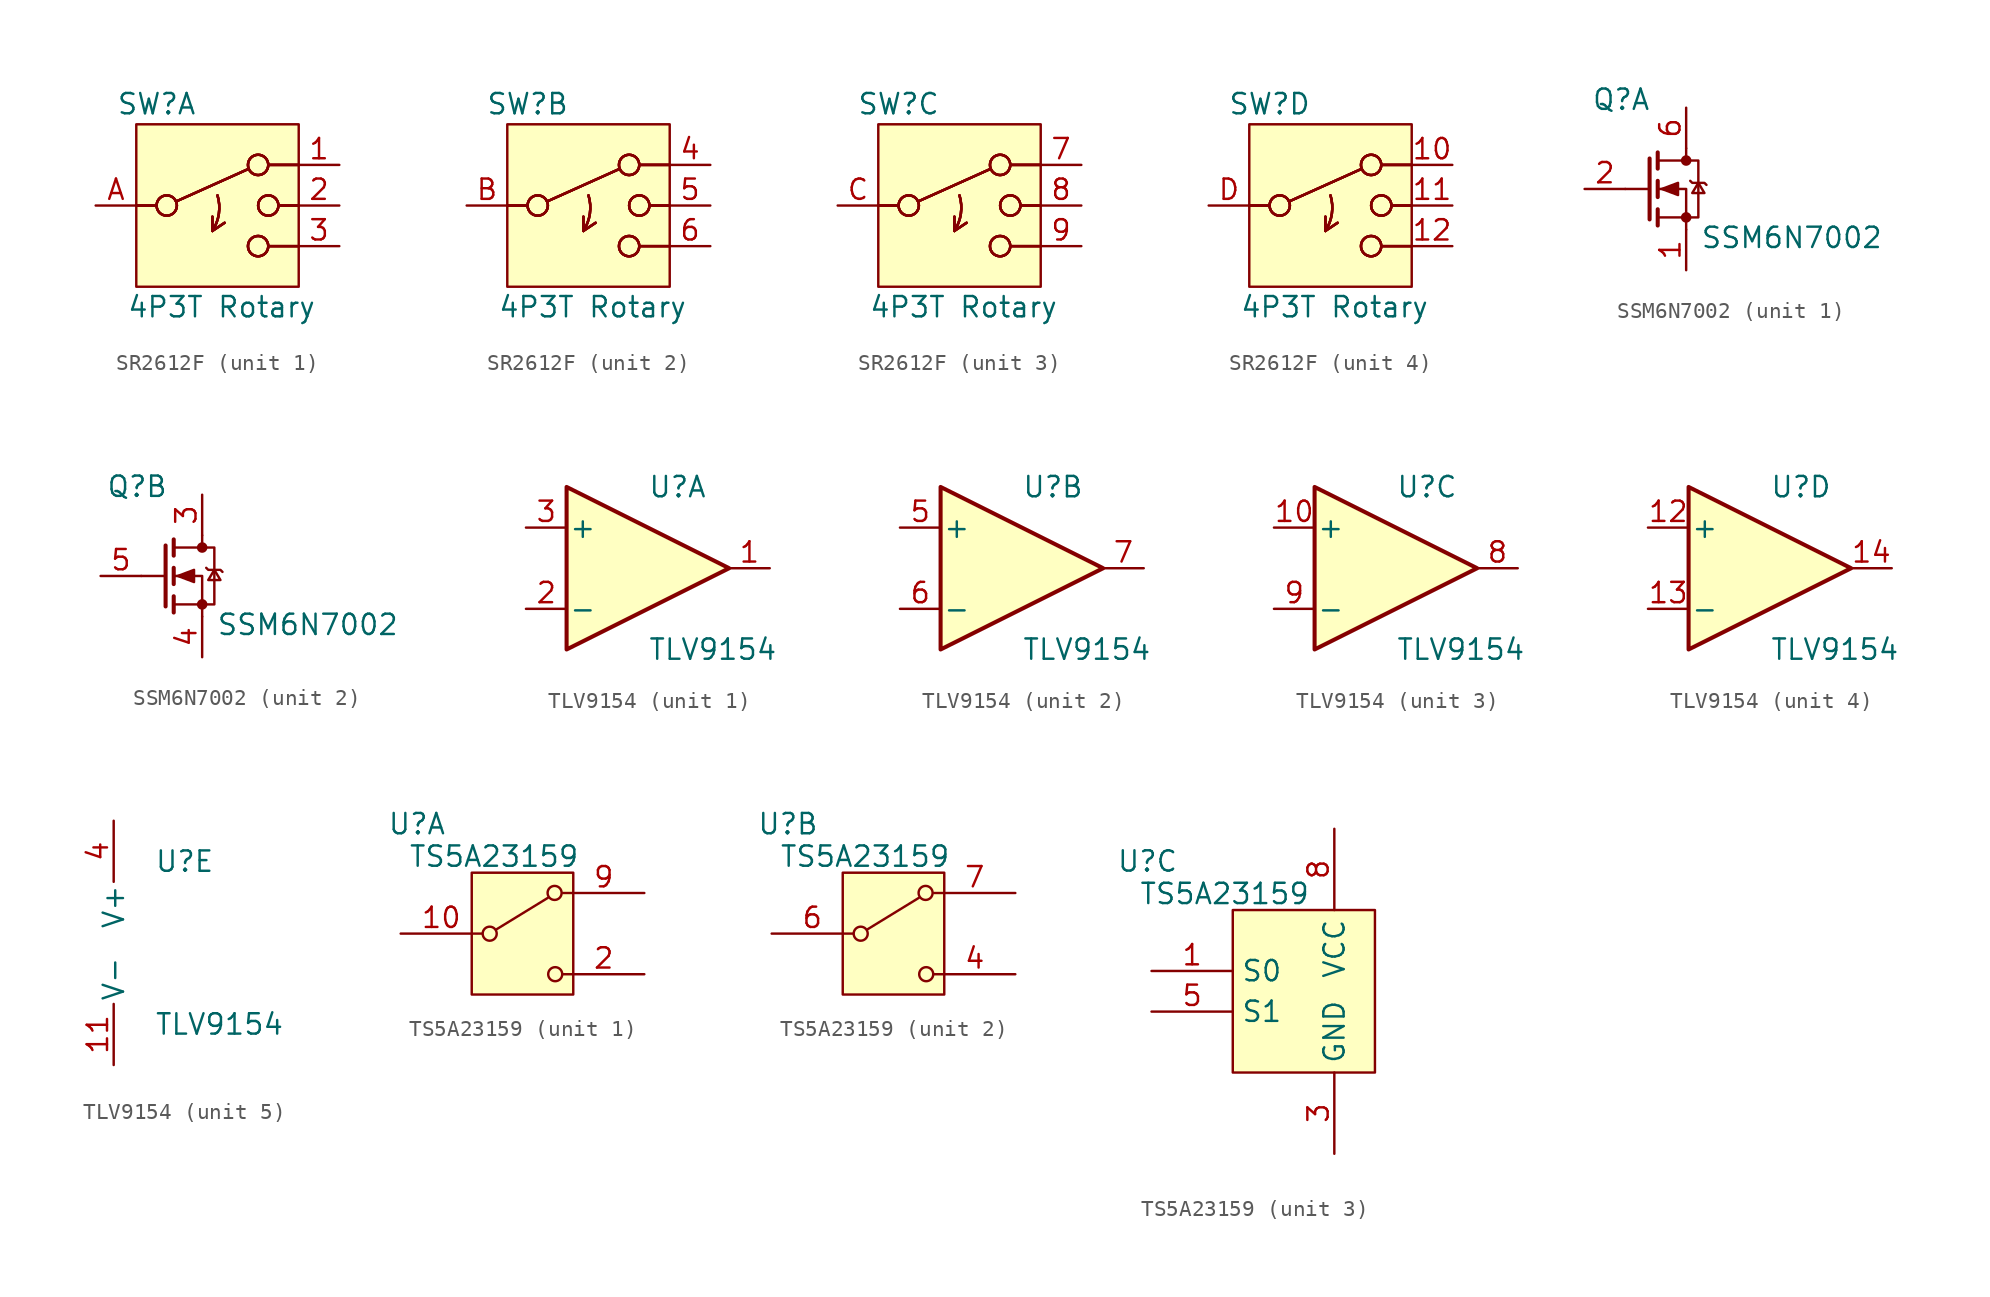
<source format=kicad_sym>
(kicad_symbol_lib
  (version 20231120)
  (generator "kicad_symbol_editor")
  (generator_version "8.0")
  (symbol "SR2612F"
    (property "Reference" "SW"
      (at -3.81 1.27 0)
      (effects (font (size 1.27 1.27))))
    (property "Value" "4P3T Rotary"
      (at 0.254 -11.43 0)
      (effects (font (size 1.27 1.27))))
    (property "ki_locked" ""
      (at 0 0 0)
      (effects (font (size 1.27 1.27))))
    (symbol "SR2612F_0_1"
      (circle (center -3.175 -5.08) (radius 0.635) (stroke (width 0) (type default)) (fill (type none)))
      (circle (center -3.175 -5.08) (radius 0.635) (stroke (width 0) (type default)) (fill (type none)))
      (circle (center -3.175 -5.08) (radius 0.635) (stroke (width 0) (type default)) (fill (type none)))
      (circle (center -3.175 -5.08) (radius 0.635) (stroke (width 0) (type default)) (fill (type none)))
      (arc (start -0.3176 -6.6675) (mid 0.0861 -5.5912) (end 0 -4.445) (stroke (width 0) (type default)) (fill (type none)))
      (arc (start -0.3176 -6.6675) (mid 0.0861 -5.5912) (end 0 -4.445) (stroke (width 0) (type default)) (fill (type none)))
      (arc (start -0.3176 -6.6675) (mid 0.0861 -5.5912) (end 0 -4.445) (stroke (width 0) (type default)) (fill (type none)))
      (arc (start -0.3176 -6.6675) (mid 0.0861 -5.5912) (end 0 -4.445) (stroke (width 0) (type default)) (fill (type none)))
      (polyline (pts (xy -5.08 -5.08) (xy -3.81 -5.08)) (stroke (width 0) (type default)) (fill (type none)))
      (polyline (pts (xy -5.08 -5.08) (xy -3.81 -5.08)) (stroke (width 0) (type default)) (fill (type none)))
      (polyline (pts (xy -5.08 -5.08) (xy -3.81 -5.08)) (stroke (width 0) (type default)) (fill (type none)))
      (polyline (pts (xy -5.08 -5.08) (xy -3.81 -5.08)) (stroke (width 0) (type default)) (fill (type none)))
      (polyline (pts (xy -2.591 -4.826) (xy 1.93 -2.794)) (stroke (width 0) (type default)) (fill (type none)))
      (polyline (pts (xy -2.591 -4.826) (xy 1.93 -2.794)) (stroke (width 0) (type default)) (fill (type none)))
      (polyline (pts (xy -2.591 -4.826) (xy 1.93 -2.794)) (stroke (width 0) (type default)) (fill (type none)))
      (polyline (pts (xy -2.591 -4.826) (xy 1.93 -2.794)) (stroke (width 0) (type default)) (fill (type none)))
      (polyline (pts (xy -0.318 -6.668) (xy -0.318 -6.668)) (stroke (width 0) (type default)) (fill (type none)))
      (polyline (pts (xy -0.318 -6.668) (xy -0.318 -6.668)) (stroke (width 0) (type default)) (fill (type none)))
      (polyline (pts (xy -0.318 -6.668) (xy -0.318 -6.668)) (stroke (width 0) (type default)) (fill (type none)))
      (polyline (pts (xy -0.318 -6.668) (xy -0.318 -6.668)) (stroke (width 0) (type default)) (fill (type none)))
      (polyline (pts (xy -0.318 -6.668) (xy -0.318 -5.779)) (stroke (width 0) (type default)) (fill (type none)))
      (polyline (pts (xy -0.318 -6.668) (xy -0.318 -5.779)) (stroke (width 0) (type default)) (fill (type none)))
      (polyline (pts (xy -0.318 -6.668) (xy -0.318 -5.779)) (stroke (width 0) (type default)) (fill (type none)))
      (polyline (pts (xy -0.318 -6.668) (xy -0.318 -5.779)) (stroke (width 0) (type default)) (fill (type none)))
      (polyline (pts (xy -0.318 -6.668) (xy 0.444 -6.16)) (stroke (width 0) (type default)) (fill (type none)))
      (polyline (pts (xy -0.318 -6.668) (xy 0.444 -6.16)) (stroke (width 0) (type default)) (fill (type none)))
      (polyline (pts (xy -0.318 -6.668) (xy 0.444 -6.16)) (stroke (width 0) (type default)) (fill (type none)))
      (polyline (pts (xy -0.318 -6.668) (xy 0.444 -6.16)) (stroke (width 0) (type default)) (fill (type none)))
      (polyline (pts (xy 5.08 -7.62) (xy 3.175 -7.62)) (stroke (width 0) (type default)) (fill (type none)))
      (polyline (pts (xy 5.08 -7.62) (xy 3.175 -7.62)) (stroke (width 0) (type default)) (fill (type none)))
      (polyline (pts (xy 5.08 -7.62) (xy 3.175 -7.62)) (stroke (width 0) (type default)) (fill (type none)))
      (polyline (pts (xy 5.08 -7.62) (xy 3.175 -7.62)) (stroke (width 0) (type default)) (fill (type none)))
      (polyline (pts (xy 5.08 -5.08) (xy 3.81 -5.08)) (stroke (width 0) (type default)) (fill (type none)))
      (polyline (pts (xy 5.08 -5.08) (xy 3.81 -5.08)) (stroke (width 0) (type default)) (fill (type none)))
      (polyline (pts (xy 5.08 -5.08) (xy 3.81 -5.08)) (stroke (width 0) (type default)) (fill (type none)))
      (polyline (pts (xy 5.08 -5.08) (xy 3.81 -5.08)) (stroke (width 0) (type default)) (fill (type none)))
      (polyline (pts (xy 5.08 -2.54) (xy 3.175 -2.54)) (stroke (width 0) (type default)) (fill (type none)))
      (polyline (pts (xy 5.08 -2.54) (xy 3.175 -2.54)) (stroke (width 0) (type default)) (fill (type none)))
      (polyline (pts (xy 5.08 -2.54) (xy 3.175 -2.54)) (stroke (width 0) (type default)) (fill (type none)))
      (polyline (pts (xy 5.08 -2.54) (xy 3.175 -2.54)) (stroke (width 0) (type default)) (fill (type none)))
      (circle (center 2.54 -7.62) (radius 0.635) (stroke (width 0) (type default)) (fill (type none)))
      (circle (center 2.54 -7.62) (radius 0.635) (stroke (width 0) (type default)) (fill (type none)))
      (circle (center 2.54 -7.62) (radius 0.635) (stroke (width 0) (type default)) (fill (type none)))
      (circle (center 2.54 -7.62) (radius 0.635) (stroke (width 0) (type default)) (fill (type none)))
      (circle (center 2.54 -2.54) (radius 0.635) (stroke (width 0) (type default)) (fill (type none)))
      (circle (center 2.54 -2.54) (radius 0.635) (stroke (width 0) (type default)) (fill (type none)))
      (circle (center 2.54 -2.54) (radius 0.635) (stroke (width 0) (type default)) (fill (type none)))
      (circle (center 2.54 -2.54) (radius 0.635) (stroke (width 0) (type default)) (fill (type none)))
      (circle (center 3.175 -5.08) (radius 0.635) (stroke (width 0) (type default)) (fill (type none)))
      (circle (center 3.175 -5.08) (radius 0.635) (stroke (width 0) (type default)) (fill (type none)))
      (circle (center 3.175 -5.08) (radius 0.635) (stroke (width 0) (type default)) (fill (type none)))
      (circle (center 3.175 -5.08) (radius 0.635) (stroke (width 0) (type default)) (fill (type none))))
    (symbol "SR2612F_1_1"
      (rectangle (start -5.08 0) (end 5.08 -10.16) (stroke (width 0) (type default)) (fill (type background)))
      (pin passive line (at 7.62 -2.54 180) (length 2.54) (name "" (effects (font (size 1.27 1.27)))) (number "1" (effects (font (size 1.27 1.27)))))
      (pin passive line (at 7.62 -5.08 180) (length 2.54) (name "" (effects (font (size 1.27 1.27)))) (number "2" (effects (font (size 1.27 1.27)))))
      (pin passive line (at 7.62 -7.62 180) (length 2.54) (name "" (effects (font (size 1.27 1.27)))) (number "3" (effects (font (size 1.27 1.27)))))
      (pin passive line (at -7.62 -5.08 0) (length 2.54) (name "" (effects (font (size 1.27 1.27)))) (number "A" (effects (font (size 1.27 1.27))))))
    (symbol "SR2612F_2_1"
      (rectangle (start -5.08 0) (end 5.08 -10.16) (stroke (width 0) (type default)) (fill (type background)))
      (pin passive line (at 7.62 -2.54 180) (length 2.54) (name "" (effects (font (size 1.27 1.27)))) (number "4" (effects (font (size 1.27 1.27)))))
      (pin passive line (at 7.62 -5.08 180) (length 2.54) (name "" (effects (font (size 1.27 1.27)))) (number "5" (effects (font (size 1.27 1.27)))))
      (pin passive line (at 7.62 -7.62 180) (length 2.54) (name "" (effects (font (size 1.27 1.27)))) (number "6" (effects (font (size 1.27 1.27)))))
      (pin passive line (at -7.62 -5.08 0) (length 2.54) (name "" (effects (font (size 1.27 1.27)))) (number "B" (effects (font (size 1.27 1.27))))))
    (symbol "SR2612F_3_1"
      (rectangle (start -5.08 0) (end 5.08 -10.16) (stroke (width 0) (type default)) (fill (type background)))
      (pin passive line (at 7.62 -2.54 180) (length 2.54) (name "" (effects (font (size 1.27 1.27)))) (number "7" (effects (font (size 1.27 1.27)))))
      (pin passive line (at 7.62 -5.08 180) (length 2.54) (name "" (effects (font (size 1.27 1.27)))) (number "8" (effects (font (size 1.27 1.27)))))
      (pin passive line (at 7.62 -7.62 180) (length 2.54) (name "" (effects (font (size 1.27 1.27)))) (number "9" (effects (font (size 1.27 1.27)))))
      (pin passive line (at -7.62 -5.08 0) (length 2.54) (name "" (effects (font (size 1.27 1.27)))) (number "C" (effects (font (size 1.27 1.27))))))
    (symbol "SR2612F_4_1"
      (rectangle (start -5.08 0) (end 5.08 -10.16) (stroke (width 0) (type default)) (fill (type background)))
      (pin passive line (at 7.62 -2.54 180) (length 2.54) (name "" (effects (font (size 1.27 1.27)))) (number "10" (effects (font (size 1.27 1.27)))))
      (pin passive line (at 7.62 -5.08 180) (length 2.54) (name "" (effects (font (size 1.27 1.27)))) (number "11" (effects (font (size 1.27 1.27)))))
      (pin passive line (at 7.62 -7.62 180) (length 2.54) (name "" (effects (font (size 1.27 1.27)))) (number "12" (effects (font (size 1.27 1.27)))))
      (pin passive line (at -7.62 -5.08 0) (length 2.54) (name "" (effects (font (size 1.27 1.27)))) (number "D" (effects (font (size 1.27 1.27)))))))
  (symbol "SSM6N7002"
    (property "Reference" "Q"
      (at -4.064 5.588 0)
      (effects (font (size 1.27 1.27))))
    (property "Value" "SSM6N7002"
      (at 6.604 -3.048 0)
      (effects (font (size 1.27 1.27))))
    (symbol "SSM6N7002_0_1"
      (circle (center 0 -1.778) (radius 0.254) (stroke (width 0) (type default)) (fill (type outline)))
      (polyline (pts (xy -2.286 0) (xy -3.81 0)) (stroke (width 0) (type default)) (fill (type none)))
      (polyline (pts (xy -2.286 1.905) (xy -2.286 -1.905)) (stroke (width 0.254) (type default)) (fill (type none)))
      (polyline (pts (xy -1.778 -1.27) (xy -1.778 -2.286)) (stroke (width 0.254) (type default)) (fill (type none)))
      (polyline (pts (xy -1.778 0.508) (xy -1.778 -0.508)) (stroke (width 0.254) (type default)) (fill (type none)))
      (polyline (pts (xy -1.778 2.286) (xy -1.778 1.27)) (stroke (width 0.254) (type default)) (fill (type none)))
      (polyline (pts (xy 0 2.54) (xy 0 1.778)) (stroke (width 0) (type default)) (fill (type none)))
      (polyline (pts (xy 0 -2.54) (xy 0 0) (xy -1.778 0)) (stroke (width 0) (type default)) (fill (type none)))
      (polyline (pts (xy -1.778 -1.778) (xy 0.762 -1.778) (xy 0.762 1.778) (xy -1.778 1.778)) (stroke (width 0) (type default)) (fill (type none)))
      (polyline (pts (xy -1.524 0) (xy -0.508 0.381) (xy -0.508 -0.381) (xy -1.524 0)) (stroke (width 0) (type default)) (fill (type outline)))
      (polyline (pts (xy 0.254 0.508) (xy 0.381 0.381) (xy 1.143 0.381) (xy 1.27 0.254)) (stroke (width 0) (type default)) (fill (type none)))
      (polyline (pts (xy 0.762 0.381) (xy 0.381 -0.254) (xy 1.143 -0.254) (xy 0.762 0.381)) (stroke (width 0) (type default)) (fill (type none)))
      (circle (center 0 1.778) (radius 0.254) (stroke (width 0) (type default)) (fill (type outline))))
    (symbol "SSM6N7002_1_1"
      (pin passive line (at 0 -5.08 90) (length 2.54) (name "S" (effects (font (size 0 0)))) (number "1" (effects (font (size 1.27 1.27)))))
      (pin input line (at -6.35 0 0) (length 2.54) (name "G" (effects (font (size 0 0)))) (number "2" (effects (font (size 1.27 1.27)))))
      (pin passive line (at 0 5.08 270) (length 2.54) (name "D" (effects (font (size 0 0)))) (number "6" (effects (font (size 1.27 1.27))))))
    (symbol "SSM6N7002_2_1"
      (pin passive line (at 0 5.08 270) (length 2.54) (name "D" (effects (font (size 0 0)))) (number "3" (effects (font (size 1.27 1.27)))))
      (pin passive line (at 0 -5.08 90) (length 2.54) (name "S" (effects (font (size 0 0)))) (number "4" (effects (font (size 1.27 1.27)))))
      (pin input line (at -6.35 0 0) (length 2.54) (name "G" (effects (font (size 0 0)))) (number "5" (effects (font (size 1.27 1.27)))))))
  (symbol "TLV9154"
    (pin_names
      (offset 0.127))
    (property "Reference" "U"
      (at 0 5.08 0)
      (effects (font (size 1.27 1.27)) (justify left)))
    (property "Value" "TLV9154"
      (at 0 -5.08 0)
      (effects (font (size 1.27 1.27)) (justify left)))
    (property "ki_locked" ""
      (at 0 0 0)
      (effects (font (size 1.27 1.27))))
    (symbol "TLV9154_1_1"
      (polyline (pts (xy -5.08 5.08) (xy 5.08 0) (xy -5.08 -5.08) (xy -5.08 5.08)) (stroke (width 0.254) (type default)) (fill (type background)))
      (pin output line (at 7.62 0 180) (length 2.54) (name "~" (effects (font (size 1.27 1.27)))) (number "1" (effects (font (size 1.27 1.27)))))
      (pin input line (at -7.62 -2.54 0) (length 2.54) (name "-" (effects (font (size 1.27 1.27)))) (number "2" (effects (font (size 1.27 1.27)))))
      (pin input line (at -7.62 2.54 0) (length 2.54) (name "+" (effects (font (size 1.27 1.27)))) (number "3" (effects (font (size 1.27 1.27))))))
    (symbol "TLV9154_2_1"
      (polyline (pts (xy -5.08 5.08) (xy 5.08 0) (xy -5.08 -5.08) (xy -5.08 5.08)) (stroke (width 0.254) (type default)) (fill (type background)))
      (pin input line (at -7.62 2.54 0) (length 2.54) (name "+" (effects (font (size 1.27 1.27)))) (number "5" (effects (font (size 1.27 1.27)))))
      (pin input line (at -7.62 -2.54 0) (length 2.54) (name "-" (effects (font (size 1.27 1.27)))) (number "6" (effects (font (size 1.27 1.27)))))
      (pin output line (at 7.62 0 180) (length 2.54) (name "~" (effects (font (size 1.27 1.27)))) (number "7" (effects (font (size 1.27 1.27))))))
    (symbol "TLV9154_3_1"
      (polyline (pts (xy -5.08 5.08) (xy 5.08 0) (xy -5.08 -5.08) (xy -5.08 5.08)) (stroke (width 0.254) (type default)) (fill (type background)))
      (pin input line (at -7.62 2.54 0) (length 2.54) (name "+" (effects (font (size 1.27 1.27)))) (number "10" (effects (font (size 1.27 1.27)))))
      (pin output line (at 7.62 0 180) (length 2.54) (name "~" (effects (font (size 1.27 1.27)))) (number "8" (effects (font (size 1.27 1.27)))))
      (pin input line (at -7.62 -2.54 0) (length 2.54) (name "-" (effects (font (size 1.27 1.27)))) (number "9" (effects (font (size 1.27 1.27))))))
    (symbol "TLV9154_4_1"
      (polyline (pts (xy -5.08 5.08) (xy 5.08 0) (xy -5.08 -5.08) (xy -5.08 5.08)) (stroke (width 0.254) (type default)) (fill (type background)))
      (pin input line (at -7.62 2.54 0) (length 2.54) (name "+" (effects (font (size 1.27 1.27)))) (number "12" (effects (font (size 1.27 1.27)))))
      (pin input line (at -7.62 -2.54 0) (length 2.54) (name "-" (effects (font (size 1.27 1.27)))) (number "13" (effects (font (size 1.27 1.27)))))
      (pin output line (at 7.62 0 180) (length 2.54) (name "~" (effects (font (size 1.27 1.27)))) (number "14" (effects (font (size 1.27 1.27))))))
    (symbol "TLV9154_5_1"
      (pin power_in line (at -2.54 -7.62 90) (length 3.81) (name "V-" (effects (font (size 1.27 1.27)))) (number "11" (effects (font (size 1.27 1.27)))))
      (pin power_in line (at -2.54 7.62 270) (length 3.81) (name "V+" (effects (font (size 1.27 1.27)))) (number "4" (effects (font (size 1.27 1.27)))))))
  (symbol "TS5A23159"
    (property "Reference" "U"
      (at -4.064 6.858 0)
      (effects (font (size 1.27 1.27))))
    (property "Value" "TS5A23159"
      (at 0.762 4.826 0)
      (effects (font (size 1.27 1.27))))
    (property "ki_locked" ""
      (at 0 0 0)
      (effects (font (size 1.27 1.27))))
    (symbol "TS5A23159_1_1"
      (rectangle (start -0.635 3.81) (end 5.715 -3.81) (stroke (width 0) (type default)) (fill (type background)))
      (polyline (pts (xy 0.925 0.276) (xy 4.118 2.232) (xy 4.106 2.22)) (stroke (width 0) (type default)) (fill (type none)))
      (circle (center 0.488 -0.005) (radius 0.439) (stroke (width 0) (type default)) (fill (type none)))
      (circle (center 4.548 2.545) (radius 0.439) (stroke (width 0) (type default)) (fill (type none)))
      (circle (center 4.586 -2.538) (radius 0.439) (stroke (width 0) (type default)) (fill (type none)))
      (pin passive line (at -5.08 0 0) (length 5.08) (name "COM0" (effects (font (size 0 0)))) (number "10" (effects (font (size 1.27 1.27)))))
      (pin passive line (at 10.16 -2.54 180) (length 5.08) (name "NO0" (effects (font (size 0 0)))) (number "2" (effects (font (size 1.27 1.27)))))
      (pin passive line (at 10.16 2.54 180) (length 5.08) (name "NC0" (effects (font (size 0 0)))) (number "9" (effects (font (size 1.27 1.27))))))
    (symbol "TS5A23159_2_1"
      (rectangle (start -0.635 3.81) (end 5.715 -3.81) (stroke (width 0) (type default)) (fill (type background)))
      (polyline (pts (xy 0.925 0.276) (xy 4.118 2.232) (xy 4.106 2.22)) (stroke (width 0) (type default)) (fill (type none)))
      (circle (center 0.488 -0.005) (radius 0.439) (stroke (width 0) (type default)) (fill (type none)))
      (circle (center 4.548 2.545) (radius 0.439) (stroke (width 0) (type default)) (fill (type none)))
      (circle (center 4.586 -2.538) (radius 0.439) (stroke (width 0) (type default)) (fill (type none)))
      (pin passive line (at 10.16 -2.54 180) (length 5.08) (name "NO0" (effects (font (size 0 0)))) (number "4" (effects (font (size 1.27 1.27)))))
      (pin passive line (at -5.08 0 0) (length 5.08) (name "COM1" (effects (font (size 0 0)))) (number "6" (effects (font (size 1.27 1.27)))))
      (pin passive line (at 10.16 2.54 180) (length 5.08) (name "NC1" (effects (font (size 0 0)))) (number "7" (effects (font (size 1.27 1.27))))))
    (symbol "TS5A23159_3_1"
      (rectangle (start 1.27 3.81) (end 10.16 -6.35) (stroke (width 0) (type default)) (fill (type background)))
      (pin passive line (at -3.81 0 0) (length 5.08) (name "S0" (effects (font (size 1.27 1.27)))) (number "1" (effects (font (size 1.27 1.27)))))
      (pin power_out line (at 7.62 -11.43 90) (length 5.08) (name "GND" (effects (font (size 1.27 1.27)))) (number "3" (effects (font (size 1.27 1.27)))))
      (pin passive line (at -3.81 -2.54 0) (length 5.08) (name "S1" (effects (font (size 1.27 1.27)))) (number "5" (effects (font (size 1.27 1.27)))))
      (pin power_in line (at 7.62 8.89 270) (length 5.08) (name "VCC" (effects (font (size 1.27 1.27)))) (number "8" (effects (font (size 1.27 1.27))))))))
</source>
